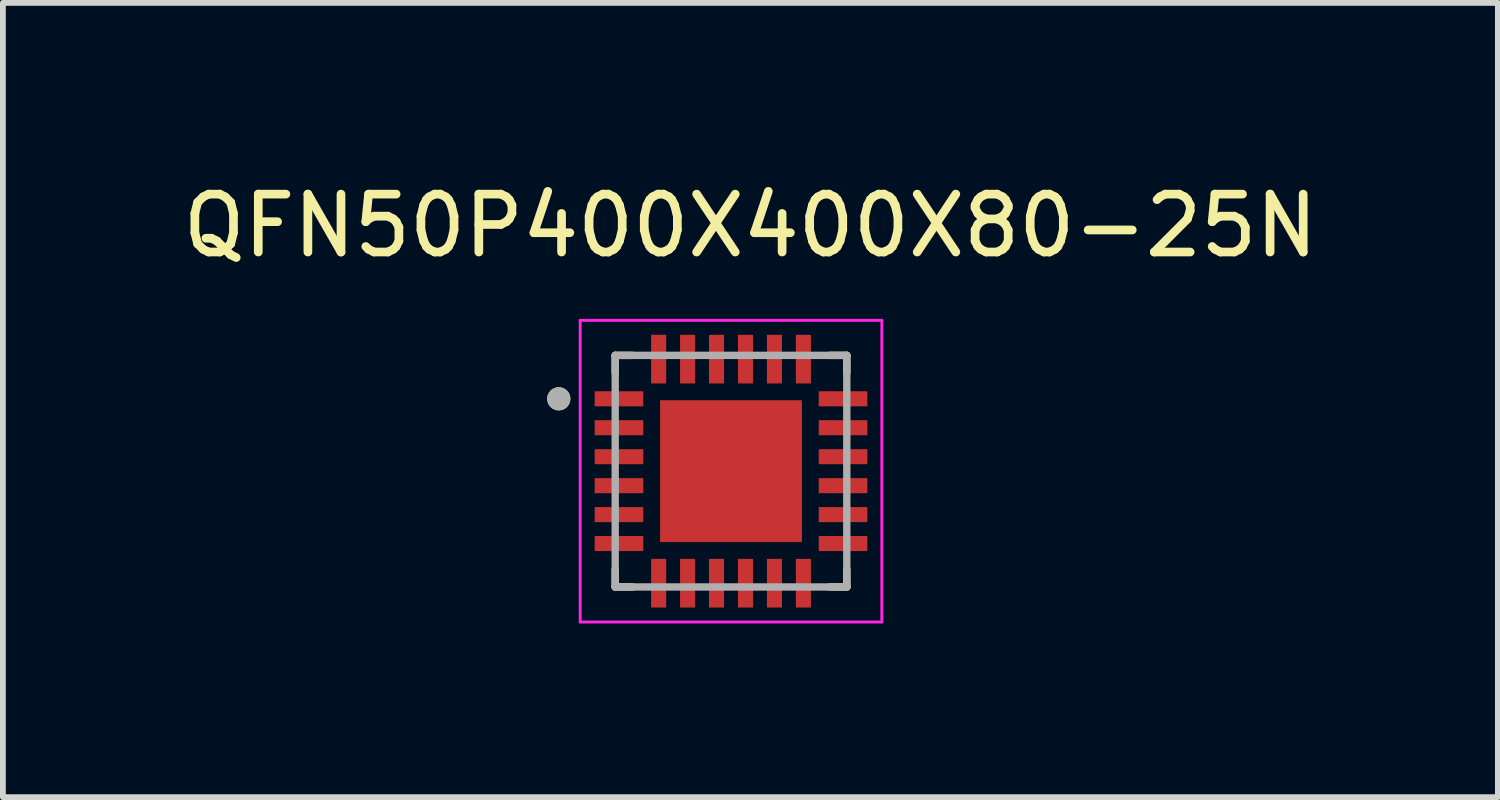
<source format=kicad_pcb>
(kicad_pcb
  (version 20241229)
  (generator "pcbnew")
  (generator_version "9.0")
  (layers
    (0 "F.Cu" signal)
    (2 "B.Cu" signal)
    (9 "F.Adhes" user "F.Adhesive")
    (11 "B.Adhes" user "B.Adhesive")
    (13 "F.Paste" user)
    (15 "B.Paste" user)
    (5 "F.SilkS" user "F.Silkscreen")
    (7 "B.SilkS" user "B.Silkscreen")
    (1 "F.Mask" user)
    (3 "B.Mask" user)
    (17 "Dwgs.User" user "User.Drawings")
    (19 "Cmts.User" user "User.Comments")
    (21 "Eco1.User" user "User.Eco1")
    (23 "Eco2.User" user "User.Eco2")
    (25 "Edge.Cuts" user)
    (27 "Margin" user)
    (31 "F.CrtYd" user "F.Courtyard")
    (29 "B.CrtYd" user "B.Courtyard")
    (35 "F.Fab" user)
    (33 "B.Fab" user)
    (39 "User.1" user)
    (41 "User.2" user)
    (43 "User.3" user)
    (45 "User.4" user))
  (footprint "QFN50P400X400X80-25N"
    (layer "F.Cu")
    (at 9.576 5.088)
    (property "Reference" "QFN50P400X400X80-25N" (at 0.335 -4.24 0) (layer "F.SilkS") (effects (font (size 1 1) (thickness 0.15))))
    (attr through_hole)
    (fp_line (start -2 -2) (end -2 -1.7) (stroke (width 0.127) (type solid)) (layer "F.SilkS"))
    (fp_line (start -2 -2) (end -1.7 -2) (stroke (width 0.127) (type solid)) (layer "F.SilkS"))
    (fp_line (start -2 2) (end -2 1.7) (stroke (width 0.127) (type solid)) (layer "F.SilkS"))
    (fp_line (start -2 2) (end -1.7 2) (stroke (width 0.127) (type solid)) (layer "F.SilkS"))
    (fp_line (start 2 -2) (end 1.7 -2) (stroke (width 0.127) (type solid)) (layer "F.SilkS"))
    (fp_line (start 2 -2) (end 2 -1.7) (stroke (width 0.127) (type solid)) (layer "F.SilkS"))
    (fp_line (start 2 2) (end 1.7 2) (stroke (width 0.127) (type solid)) (layer "F.SilkS"))
    (fp_line (start 2 2) (end 2 1.7) (stroke (width 0.127) (type solid)) (layer "F.SilkS"))
    (fp_circle (center -2.975 -1.25) (end -2.875 -1.25) (stroke (width 0.2) (type solid)) (fill no) (layer "F.SilkS"))
    (fp_poly (pts (xy -0.77 -0.77) (xy 0.77 -0.77) (xy 0.77 0.77) (xy -0.77 0.77)) (stroke (width 0.01) (type solid)) (fill yes) (layer "F.Paste"))
    (fp_line (start -2.605 -2.605) (end 2.605 -2.605) (stroke (width 0.05) (type solid)) (layer "F.CrtYd"))
    (fp_line (start -2.605 2.605) (end -2.605 -2.605) (stroke (width 0.05) (type solid)) (layer "F.CrtYd"))
    (fp_line (start -2.605 2.605) (end 2.605 2.605) (stroke (width 0.05) (type solid)) (layer "F.CrtYd"))
    (fp_line (start 2.605 2.605) (end 2.605 -2.605) (stroke (width 0.05) (type solid)) (layer "F.CrtYd"))
    (fp_line (start -2 2) (end -2 -2) (stroke (width 0.127) (type solid)) (layer "F.Fab"))
    (fp_line (start 2 -2) (end -2 -2) (stroke (width 0.127) (type solid)) (layer "F.Fab"))
    (fp_line (start 2 2) (end -2 2) (stroke (width 0.127) (type solid)) (layer "F.Fab"))
    (fp_line (start 2 2) (end 2 -2) (stroke (width 0.127) (type solid)) (layer "F.Fab"))
    (fp_circle (center -2.975 -1.25) (end -2.875 -1.25) (stroke (width 0.2) (type solid)) (fill no) (layer "F.Fab"))
    (pad "1" smd roundrect (at -1.935 -1.25) (size 0.84 0.26) (layers "F.Cu" "F.Mask" "F.Paste") (roundrect_rratio 0.03))
    (pad "2" smd roundrect (at -1.935 -0.75) (size 0.84 0.26) (layers "F.Cu" "F.Mask" "F.Paste") (roundrect_rratio 0.03))
    (pad "3" smd roundrect (at -1.935 -0.25) (size 0.84 0.26) (layers "F.Cu" "F.Mask" "F.Paste") (roundrect_rratio 0.03))
    (pad "4" smd roundrect (at -1.935 0.25) (size 0.84 0.26) (layers "F.Cu" "F.Mask" "F.Paste") (roundrect_rratio 0.03))
    (pad "5" smd roundrect (at -1.935 0.75) (size 0.84 0.26) (layers "F.Cu" "F.Mask" "F.Paste") (roundrect_rratio 0.03))
    (pad "6" smd roundrect (at -1.935 1.25) (size 0.84 0.26) (layers "F.Cu" "F.Mask" "F.Paste") (roundrect_rratio 0.03))
    (pad "7" smd roundrect (at -1.25 1.935) (size 0.26 0.84) (layers "F.Cu" "F.Mask" "F.Paste") (roundrect_rratio 0.03))
    (pad "8" smd roundrect (at -0.75 1.935) (size 0.26 0.84) (layers "F.Cu" "F.Mask" "F.Paste") (roundrect_rratio 0.03))
    (pad "9" smd roundrect (at -0.25 1.935) (size 0.26 0.84) (layers "F.Cu" "F.Mask" "F.Paste") (roundrect_rratio 0.03))
    (pad "10" smd roundrect (at 0.25 1.935) (size 0.26 0.84) (layers "F.Cu" "F.Mask" "F.Paste") (roundrect_rratio 0.03))
    (pad "11" smd roundrect (at 0.75 1.935) (size 0.26 0.84) (layers "F.Cu" "F.Mask" "F.Paste") (roundrect_rratio 0.03))
    (pad "12" smd roundrect (at 1.25 1.935) (size 0.26 0.84) (layers "F.Cu" "F.Mask" "F.Paste") (roundrect_rratio 0.03))
    (pad "13" smd roundrect (at 1.935 1.25) (size 0.84 0.26) (layers "F.Cu" "F.Mask" "F.Paste") (roundrect_rratio 0.03))
    (pad "14" smd roundrect (at 1.935 0.75) (size 0.84 0.26) (layers "F.Cu" "F.Mask" "F.Paste") (roundrect_rratio 0.03))
    (pad "15" smd roundrect (at 1.935 0.25) (size 0.84 0.26) (layers "F.Cu" "F.Mask" "F.Paste") (roundrect_rratio 0.03))
    (pad "16" smd roundrect (at 1.935 -0.25) (size 0.84 0.26) (layers "F.Cu" "F.Mask" "F.Paste") (roundrect_rratio 0.03))
    (pad "17" smd roundrect (at 1.935 -0.75) (size 0.84 0.26) (layers "F.Cu" "F.Mask" "F.Paste") (roundrect_rratio 0.03))
    (pad "18" smd roundrect (at 1.935 -1.25) (size 0.84 0.26) (layers "F.Cu" "F.Mask" "F.Paste") (roundrect_rratio 0.03))
    (pad "19" smd roundrect (at 1.25 -1.935) (size 0.26 0.84) (layers "F.Cu" "F.Mask" "F.Paste") (roundrect_rratio 0.03))
    (pad "20" smd roundrect (at 0.75 -1.935) (size 0.26 0.84) (layers "F.Cu" "F.Mask" "F.Paste") (roundrect_rratio 0.03))
    (pad "21" smd roundrect (at 0.25 -1.935) (size 0.26 0.84) (layers "F.Cu" "F.Mask" "F.Paste") (roundrect_rratio 0.03))
    (pad "22" smd roundrect (at -0.25 -1.935) (size 0.26 0.84) (layers "F.Cu" "F.Mask" "F.Paste") (roundrect_rratio 0.03))
    (pad "23" smd roundrect (at -0.75 -1.935) (size 0.26 0.84) (layers "F.Cu" "F.Mask" "F.Paste") (roundrect_rratio 0.03))
    (pad "24" smd roundrect (at -1.25 -1.935) (size 0.26 0.84) (layers "F.Cu" "F.Mask" "F.Paste") (roundrect_rratio 0.03))
    (pad "25" smd rect (at 0 0) (size 2.45 2.45) (layers "F.Cu" "F.Mask")))
  (gr_rect
    (start -3 -3)
    (end 22.821 10.718)
    (stroke (width 0.1) (type default))
    (fill no)
    (layer "Edge.Cuts")))
</source>
